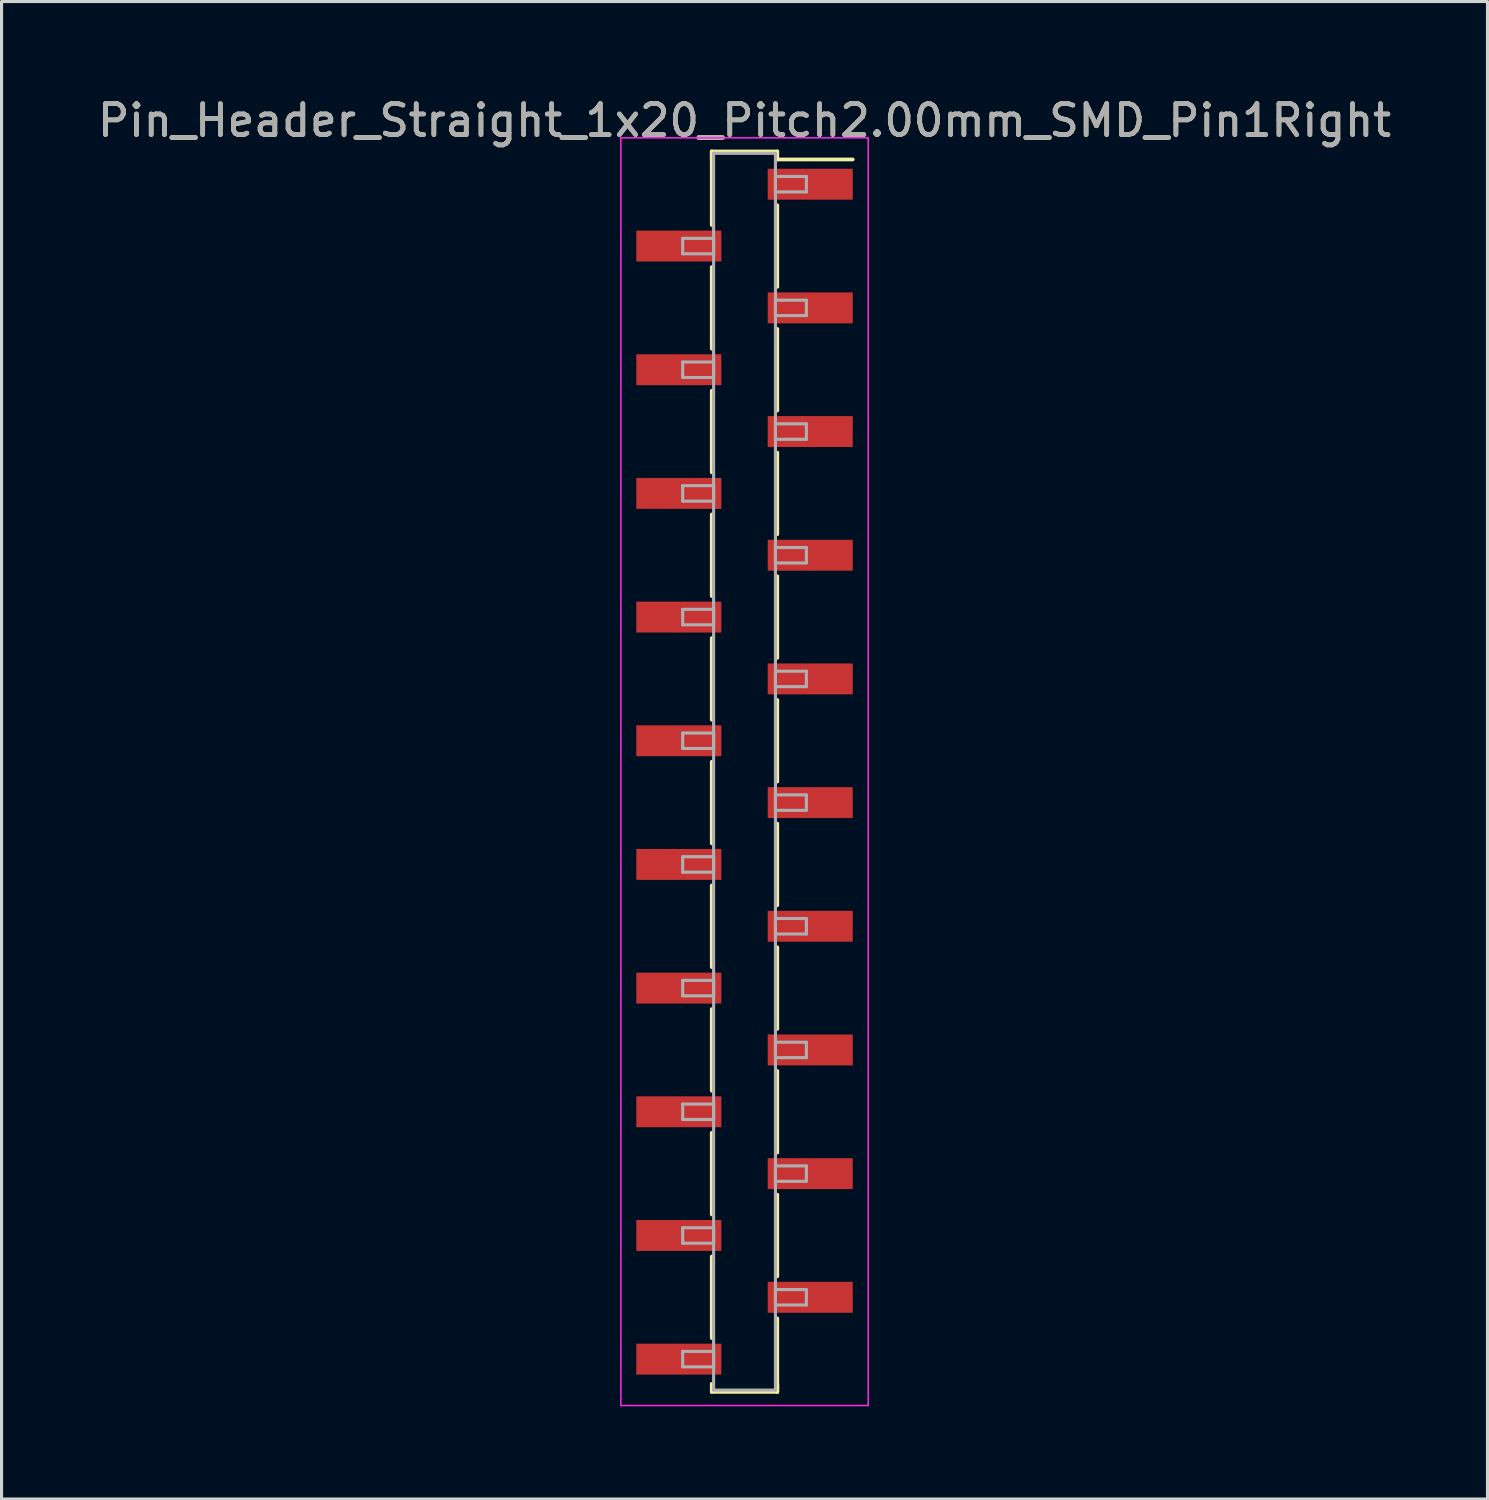
<source format=kicad_pcb>
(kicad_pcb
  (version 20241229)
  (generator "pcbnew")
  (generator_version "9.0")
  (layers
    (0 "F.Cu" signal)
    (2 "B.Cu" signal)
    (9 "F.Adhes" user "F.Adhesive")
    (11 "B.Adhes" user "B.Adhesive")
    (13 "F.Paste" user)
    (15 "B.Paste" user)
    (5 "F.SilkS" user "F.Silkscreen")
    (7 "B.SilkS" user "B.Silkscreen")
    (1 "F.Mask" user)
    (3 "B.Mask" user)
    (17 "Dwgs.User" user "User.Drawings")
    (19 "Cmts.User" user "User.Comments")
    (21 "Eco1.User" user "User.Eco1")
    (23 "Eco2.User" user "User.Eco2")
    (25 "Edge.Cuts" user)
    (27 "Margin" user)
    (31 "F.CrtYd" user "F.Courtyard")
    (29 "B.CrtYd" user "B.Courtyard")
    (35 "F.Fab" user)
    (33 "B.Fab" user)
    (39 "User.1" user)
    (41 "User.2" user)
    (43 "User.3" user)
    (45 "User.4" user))
  (footprint "Pin_Header_Straight_1x20_Pitch2.00mm_SMD_Pin1Right"
    (layer "F.Cu")
    (at 21.03 21.908)
    (property "Reference" "Pin_Header_Straight_1x20_Pitch2.00mm_SMD_Pin1Right" (at 0 -21.06 0) (layer "F.SilkS") (effects (font (size 1 1) (thickness 0.15))))
    (attr smd)
    (fp_line (start -1.06 -20.06) (end -1.06 -17.68) (stroke (width 0.12) (type solid)) (layer "F.SilkS"))
    (fp_line (start -1.06 -20.06) (end 1.06 -20.06) (stroke (width 0.12) (type solid)) (layer "F.SilkS"))
    (fp_line (start -1.06 -19.8) (end -1.06 -20.06) (stroke (width 0.12) (type solid)) (layer "F.SilkS"))
    (fp_line (start -1.06 -16.32) (end -1.06 -13.68) (stroke (width 0.12) (type solid)) (layer "F.SilkS"))
    (fp_line (start -1.06 -12.32) (end -1.06 -9.68) (stroke (width 0.12) (type solid)) (layer "F.SilkS"))
    (fp_line (start -1.06 -8.32) (end -1.06 -5.68) (stroke (width 0.12) (type solid)) (layer "F.SilkS"))
    (fp_line (start -1.06 -4.32) (end -1.06 -1.68) (stroke (width 0.12) (type solid)) (layer "F.SilkS"))
    (fp_line (start -1.06 -0.32) (end -1.06 2.32) (stroke (width 0.12) (type solid)) (layer "F.SilkS"))
    (fp_line (start -1.06 3.68) (end -1.06 6.32) (stroke (width 0.12) (type solid)) (layer "F.SilkS"))
    (fp_line (start -1.06 7.68) (end -1.06 10.32) (stroke (width 0.12) (type solid)) (layer "F.SilkS"))
    (fp_line (start -1.06 11.68) (end -1.06 14.32) (stroke (width 0.12) (type solid)) (layer "F.SilkS"))
    (fp_line (start -1.06 15.68) (end -1.06 18.32) (stroke (width 0.12) (type solid)) (layer "F.SilkS"))
    (fp_line (start -1.06 19.8) (end -1.06 20.06) (stroke (width 0.12) (type solid)) (layer "F.SilkS"))
    (fp_line (start -1.06 20.06) (end 1.06 20.06) (stroke (width 0.12) (type solid)) (layer "F.SilkS"))
    (fp_line (start 1.06 -20.06) (end 1.06 -19.8) (stroke (width 0.12) (type solid)) (layer "F.SilkS"))
    (fp_line (start 1.06 -19.8) (end 3.5 -19.8) (stroke (width 0.12) (type solid)) (layer "F.SilkS"))
    (fp_line (start 1.06 -18.32) (end 1.06 -15.68) (stroke (width 0.12) (type solid)) (layer "F.SilkS"))
    (fp_line (start 1.06 -14.32) (end 1.06 -11.68) (stroke (width 0.12) (type solid)) (layer "F.SilkS"))
    (fp_line (start 1.06 -10.32) (end 1.06 -7.68) (stroke (width 0.12) (type solid)) (layer "F.SilkS"))
    (fp_line (start 1.06 -6.32) (end 1.06 -3.68) (stroke (width 0.12) (type solid)) (layer "F.SilkS"))
    (fp_line (start 1.06 -2.32) (end 1.06 0.32) (stroke (width 0.12) (type solid)) (layer "F.SilkS"))
    (fp_line (start 1.06 1.68) (end 1.06 4.32) (stroke (width 0.12) (type solid)) (layer "F.SilkS"))
    (fp_line (start 1.06 5.68) (end 1.06 8.32) (stroke (width 0.12) (type solid)) (layer "F.SilkS"))
    (fp_line (start 1.06 9.68) (end 1.06 12.32) (stroke (width 0.12) (type solid)) (layer "F.SilkS"))
    (fp_line (start 1.06 13.68) (end 1.06 16.32) (stroke (width 0.12) (type solid)) (layer "F.SilkS"))
    (fp_line (start 1.06 17.68) (end 1.06 20.06) (stroke (width 0.12) (type solid)) (layer "F.SilkS"))
    (fp_line (start 1.06 20.06) (end 1.06 19.8) (stroke (width 0.12) (type solid)) (layer "F.SilkS"))
    (fp_line (start -4 -20.5) (end -4 20.5) (stroke (width 0.05) (type solid)) (layer "F.CrtYd"))
    (fp_line (start -4 20.5) (end 4 20.5) (stroke (width 0.05) (type solid)) (layer "F.CrtYd"))
    (fp_line (start 4 -20.5) (end -4 -20.5) (stroke (width 0.05) (type solid)) (layer "F.CrtYd"))
    (fp_line (start 4 20.5) (end 4 -20.5) (stroke (width 0.05) (type solid)) (layer "F.CrtYd"))
    (fp_line (start -2 -17.25) (end -1 -17.25) (stroke (width 0.1) (type solid)) (layer "F.Fab"))
    (fp_line (start -2 -16.75) (end -2 -17.25) (stroke (width 0.1) (type solid)) (layer "F.Fab"))
    (fp_line (start -2 -13.25) (end -1 -13.25) (stroke (width 0.1) (type solid)) (layer "F.Fab"))
    (fp_line (start -2 -12.75) (end -2 -13.25) (stroke (width 0.1) (type solid)) (layer "F.Fab"))
    (fp_line (start -2 -9.25) (end -1 -9.25) (stroke (width 0.1) (type solid)) (layer "F.Fab"))
    (fp_line (start -2 -8.75) (end -2 -9.25) (stroke (width 0.1) (type solid)) (layer "F.Fab"))
    (fp_line (start -2 -5.25) (end -1 -5.25) (stroke (width 0.1) (type solid)) (layer "F.Fab"))
    (fp_line (start -2 -4.75) (end -2 -5.25) (stroke (width 0.1) (type solid)) (layer "F.Fab"))
    (fp_line (start -2 -1.25) (end -1 -1.25) (stroke (width 0.1) (type solid)) (layer "F.Fab"))
    (fp_line (start -2 -0.75) (end -2 -1.25) (stroke (width 0.1) (type solid)) (layer "F.Fab"))
    (fp_line (start -2 2.75) (end -1 2.75) (stroke (width 0.1) (type solid)) (layer "F.Fab"))
    (fp_line (start -2 3.25) (end -2 2.75) (stroke (width 0.1) (type solid)) (layer "F.Fab"))
    (fp_line (start -2 6.75) (end -1 6.75) (stroke (width 0.1) (type solid)) (layer "F.Fab"))
    (fp_line (start -2 7.25) (end -2 6.75) (stroke (width 0.1) (type solid)) (layer "F.Fab"))
    (fp_line (start -2 10.75) (end -1 10.75) (stroke (width 0.1) (type solid)) (layer "F.Fab"))
    (fp_line (start -2 11.25) (end -2 10.75) (stroke (width 0.1) (type solid)) (layer "F.Fab"))
    (fp_line (start -2 14.75) (end -1 14.75) (stroke (width 0.1) (type solid)) (layer "F.Fab"))
    (fp_line (start -2 15.25) (end -2 14.75) (stroke (width 0.1) (type solid)) (layer "F.Fab"))
    (fp_line (start -2 18.75) (end -1 18.75) (stroke (width 0.1) (type solid)) (layer "F.Fab"))
    (fp_line (start -2 19.25) (end -2 18.75) (stroke (width 0.1) (type solid)) (layer "F.Fab"))
    (fp_line (start -1 -20) (end -1 20) (stroke (width 0.1) (type solid)) (layer "F.Fab"))
    (fp_line (start -1 -17.25) (end -1 -16.75) (stroke (width 0.1) (type solid)) (layer "F.Fab"))
    (fp_line (start -1 -16.75) (end -2 -16.75) (stroke (width 0.1) (type solid)) (layer "F.Fab"))
    (fp_line (start -1 -13.25) (end -1 -12.75) (stroke (width 0.1) (type solid)) (layer "F.Fab"))
    (fp_line (start -1 -12.75) (end -2 -12.75) (stroke (width 0.1) (type solid)) (layer "F.Fab"))
    (fp_line (start -1 -9.25) (end -1 -8.75) (stroke (width 0.1) (type solid)) (layer "F.Fab"))
    (fp_line (start -1 -8.75) (end -2 -8.75) (stroke (width 0.1) (type solid)) (layer "F.Fab"))
    (fp_line (start -1 -5.25) (end -1 -4.75) (stroke (width 0.1) (type solid)) (layer "F.Fab"))
    (fp_line (start -1 -4.75) (end -2 -4.75) (stroke (width 0.1) (type solid)) (layer "F.Fab"))
    (fp_line (start -1 -1.25) (end -1 -0.75) (stroke (width 0.1) (type solid)) (layer "F.Fab"))
    (fp_line (start -1 -0.75) (end -2 -0.75) (stroke (width 0.1) (type solid)) (layer "F.Fab"))
    (fp_line (start -1 2.75) (end -1 3.25) (stroke (width 0.1) (type solid)) (layer "F.Fab"))
    (fp_line (start -1 3.25) (end -2 3.25) (stroke (width 0.1) (type solid)) (layer "F.Fab"))
    (fp_line (start -1 6.75) (end -1 7.25) (stroke (width 0.1) (type solid)) (layer "F.Fab"))
    (fp_line (start -1 7.25) (end -2 7.25) (stroke (width 0.1) (type solid)) (layer "F.Fab"))
    (fp_line (start -1 10.75) (end -1 11.25) (stroke (width 0.1) (type solid)) (layer "F.Fab"))
    (fp_line (start -1 11.25) (end -2 11.25) (stroke (width 0.1) (type solid)) (layer "F.Fab"))
    (fp_line (start -1 14.75) (end -1 15.25) (stroke (width 0.1) (type solid)) (layer "F.Fab"))
    (fp_line (start -1 15.25) (end -2 15.25) (stroke (width 0.1) (type solid)) (layer "F.Fab"))
    (fp_line (start -1 18.75) (end -1 19.25) (stroke (width 0.1) (type solid)) (layer "F.Fab"))
    (fp_line (start -1 19.25) (end -2 19.25) (stroke (width 0.1) (type solid)) (layer "F.Fab"))
    (fp_line (start -1 20) (end 1 20) (stroke (width 0.1) (type solid)) (layer "F.Fab"))
    (fp_line (start 1 -20) (end -1 -20) (stroke (width 0.1) (type solid)) (layer "F.Fab"))
    (fp_line (start 1 -19.25) (end 1 -18.75) (stroke (width 0.1) (type solid)) (layer "F.Fab"))
    (fp_line (start 1 -18.75) (end 2 -18.75) (stroke (width 0.1) (type solid)) (layer "F.Fab"))
    (fp_line (start 1 -15.25) (end 1 -14.75) (stroke (width 0.1) (type solid)) (layer "F.Fab"))
    (fp_line (start 1 -14.75) (end 2 -14.75) (stroke (width 0.1) (type solid)) (layer "F.Fab"))
    (fp_line (start 1 -11.25) (end 1 -10.75) (stroke (width 0.1) (type solid)) (layer "F.Fab"))
    (fp_line (start 1 -10.75) (end 2 -10.75) (stroke (width 0.1) (type solid)) (layer "F.Fab"))
    (fp_line (start 1 -7.25) (end 1 -6.75) (stroke (width 0.1) (type solid)) (layer "F.Fab"))
    (fp_line (start 1 -6.75) (end 2 -6.75) (stroke (width 0.1) (type solid)) (layer "F.Fab"))
    (fp_line (start 1 -3.25) (end 1 -2.75) (stroke (width 0.1) (type solid)) (layer "F.Fab"))
    (fp_line (start 1 -2.75) (end 2 -2.75) (stroke (width 0.1) (type solid)) (layer "F.Fab"))
    (fp_line (start 1 0.75) (end 1 1.25) (stroke (width 0.1) (type solid)) (layer "F.Fab"))
    (fp_line (start 1 1.25) (end 2 1.25) (stroke (width 0.1) (type solid)) (layer "F.Fab"))
    (fp_line (start 1 4.75) (end 1 5.25) (stroke (width 0.1) (type solid)) (layer "F.Fab"))
    (fp_line (start 1 5.25) (end 2 5.25) (stroke (width 0.1) (type solid)) (layer "F.Fab"))
    (fp_line (start 1 8.75) (end 1 9.25) (stroke (width 0.1) (type solid)) (layer "F.Fab"))
    (fp_line (start 1 9.25) (end 2 9.25) (stroke (width 0.1) (type solid)) (layer "F.Fab"))
    (fp_line (start 1 12.75) (end 1 13.25) (stroke (width 0.1) (type solid)) (layer "F.Fab"))
    (fp_line (start 1 13.25) (end 2 13.25) (stroke (width 0.1) (type solid)) (layer "F.Fab"))
    (fp_line (start 1 16.75) (end 1 17.25) (stroke (width 0.1) (type solid)) (layer "F.Fab"))
    (fp_line (start 1 17.25) (end 2 17.25) (stroke (width 0.1) (type solid)) (layer "F.Fab"))
    (fp_line (start 1 20) (end 1 -20) (stroke (width 0.1) (type solid)) (layer "F.Fab"))
    (fp_line (start 2 -19.25) (end 1 -19.25) (stroke (width 0.1) (type solid)) (layer "F.Fab"))
    (fp_line (start 2 -18.75) (end 2 -19.25) (stroke (width 0.1) (type solid)) (layer "F.Fab"))
    (fp_line (start 2 -15.25) (end 1 -15.25) (stroke (width 0.1) (type solid)) (layer "F.Fab"))
    (fp_line (start 2 -14.75) (end 2 -15.25) (stroke (width 0.1) (type solid)) (layer "F.Fab"))
    (fp_line (start 2 -11.25) (end 1 -11.25) (stroke (width 0.1) (type solid)) (layer "F.Fab"))
    (fp_line (start 2 -10.75) (end 2 -11.25) (stroke (width 0.1) (type solid)) (layer "F.Fab"))
    (fp_line (start 2 -7.25) (end 1 -7.25) (stroke (width 0.1) (type solid)) (layer "F.Fab"))
    (fp_line (start 2 -6.75) (end 2 -7.25) (stroke (width 0.1) (type solid)) (layer "F.Fab"))
    (fp_line (start 2 -3.25) (end 1 -3.25) (stroke (width 0.1) (type solid)) (layer "F.Fab"))
    (fp_line (start 2 -2.75) (end 2 -3.25) (stroke (width 0.1) (type solid)) (layer "F.Fab"))
    (fp_line (start 2 0.75) (end 1 0.75) (stroke (width 0.1) (type solid)) (layer "F.Fab"))
    (fp_line (start 2 1.25) (end 2 0.75) (stroke (width 0.1) (type solid)) (layer "F.Fab"))
    (fp_line (start 2 4.75) (end 1 4.75) (stroke (width 0.1) (type solid)) (layer "F.Fab"))
    (fp_line (start 2 5.25) (end 2 4.75) (stroke (width 0.1) (type solid)) (layer "F.Fab"))
    (fp_line (start 2 8.75) (end 1 8.75) (stroke (width 0.1) (type solid)) (layer "F.Fab"))
    (fp_line (start 2 9.25) (end 2 8.75) (stroke (width 0.1) (type solid)) (layer "F.Fab"))
    (fp_line (start 2 12.75) (end 1 12.75) (stroke (width 0.1) (type solid)) (layer "F.Fab"))
    (fp_line (start 2 13.25) (end 2 12.75) (stroke (width 0.1) (type solid)) (layer "F.Fab"))
    (fp_line (start 2 16.75) (end 1 16.75) (stroke (width 0.1) (type solid)) (layer "F.Fab"))
    (fp_line (start 2 17.25) (end 2 16.75) (stroke (width 0.1) (type solid)) (layer "F.Fab"))
    (fp_text user "${REFERENCE}" (at 0 -21.06 0) (layer "F.Fab") (effects (font (size 1 1) (thickness 0.15))))
    (pad "1" smd rect (at 2.125 -19) (size 2.75 1) (layers "F.Cu" "F.Mask" "F.Paste"))
    (pad "2" smd rect (at -2.125 -17) (size 2.75 1) (layers "F.Cu" "F.Mask" "F.Paste"))
    (pad "3" smd rect (at 2.125 -15) (size 2.75 1) (layers "F.Cu" "F.Mask" "F.Paste"))
    (pad "4" smd rect (at -2.125 -13) (size 2.75 1) (layers "F.Cu" "F.Mask" "F.Paste"))
    (pad "5" smd rect (at 2.125 -11) (size 2.75 1) (layers "F.Cu" "F.Mask" "F.Paste"))
    (pad "6" smd rect (at -2.125 -9) (size 2.75 1) (layers "F.Cu" "F.Mask" "F.Paste"))
    (pad "7" smd rect (at 2.125 -7) (size 2.75 1) (layers "F.Cu" "F.Mask" "F.Paste"))
    (pad "8" smd rect (at -2.125 -5) (size 2.75 1) (layers "F.Cu" "F.Mask" "F.Paste"))
    (pad "9" smd rect (at 2.125 -3) (size 2.75 1) (layers "F.Cu" "F.Mask" "F.Paste"))
    (pad "10" smd rect (at -2.125 -1) (size 2.75 1) (layers "F.Cu" "F.Mask" "F.Paste"))
    (pad "11" smd rect (at 2.125 1) (size 2.75 1) (layers "F.Cu" "F.Mask" "F.Paste"))
    (pad "12" smd rect (at -2.125 3) (size 2.75 1) (layers "F.Cu" "F.Mask" "F.Paste"))
    (pad "13" smd rect (at 2.125 5) (size 2.75 1) (layers "F.Cu" "F.Mask" "F.Paste"))
    (pad "14" smd rect (at -2.125 7) (size 2.75 1) (layers "F.Cu" "F.Mask" "F.Paste"))
    (pad "15" smd rect (at 2.125 9) (size 2.75 1) (layers "F.Cu" "F.Mask" "F.Paste"))
    (pad "16" smd rect (at -2.125 11) (size 2.75 1) (layers "F.Cu" "F.Mask" "F.Paste"))
    (pad "17" smd rect (at 2.125 13) (size 2.75 1) (layers "F.Cu" "F.Mask" "F.Paste"))
    (pad "18" smd rect (at -2.125 15) (size 2.75 1) (layers "F.Cu" "F.Mask" "F.Paste"))
    (pad "19" smd rect (at 2.125 17) (size 2.75 1) (layers "F.Cu" "F.Mask" "F.Paste"))
    (pad "20" smd rect (at -2.125 19) (size 2.75 1) (layers "F.Cu" "F.Mask" "F.Paste")))
  (gr_rect
    (start -3 -3)
    (end 45.06 45.433)
    (stroke (width 0.1) (type default))
    (fill no)
    (layer "Edge.Cuts")))
</source>
